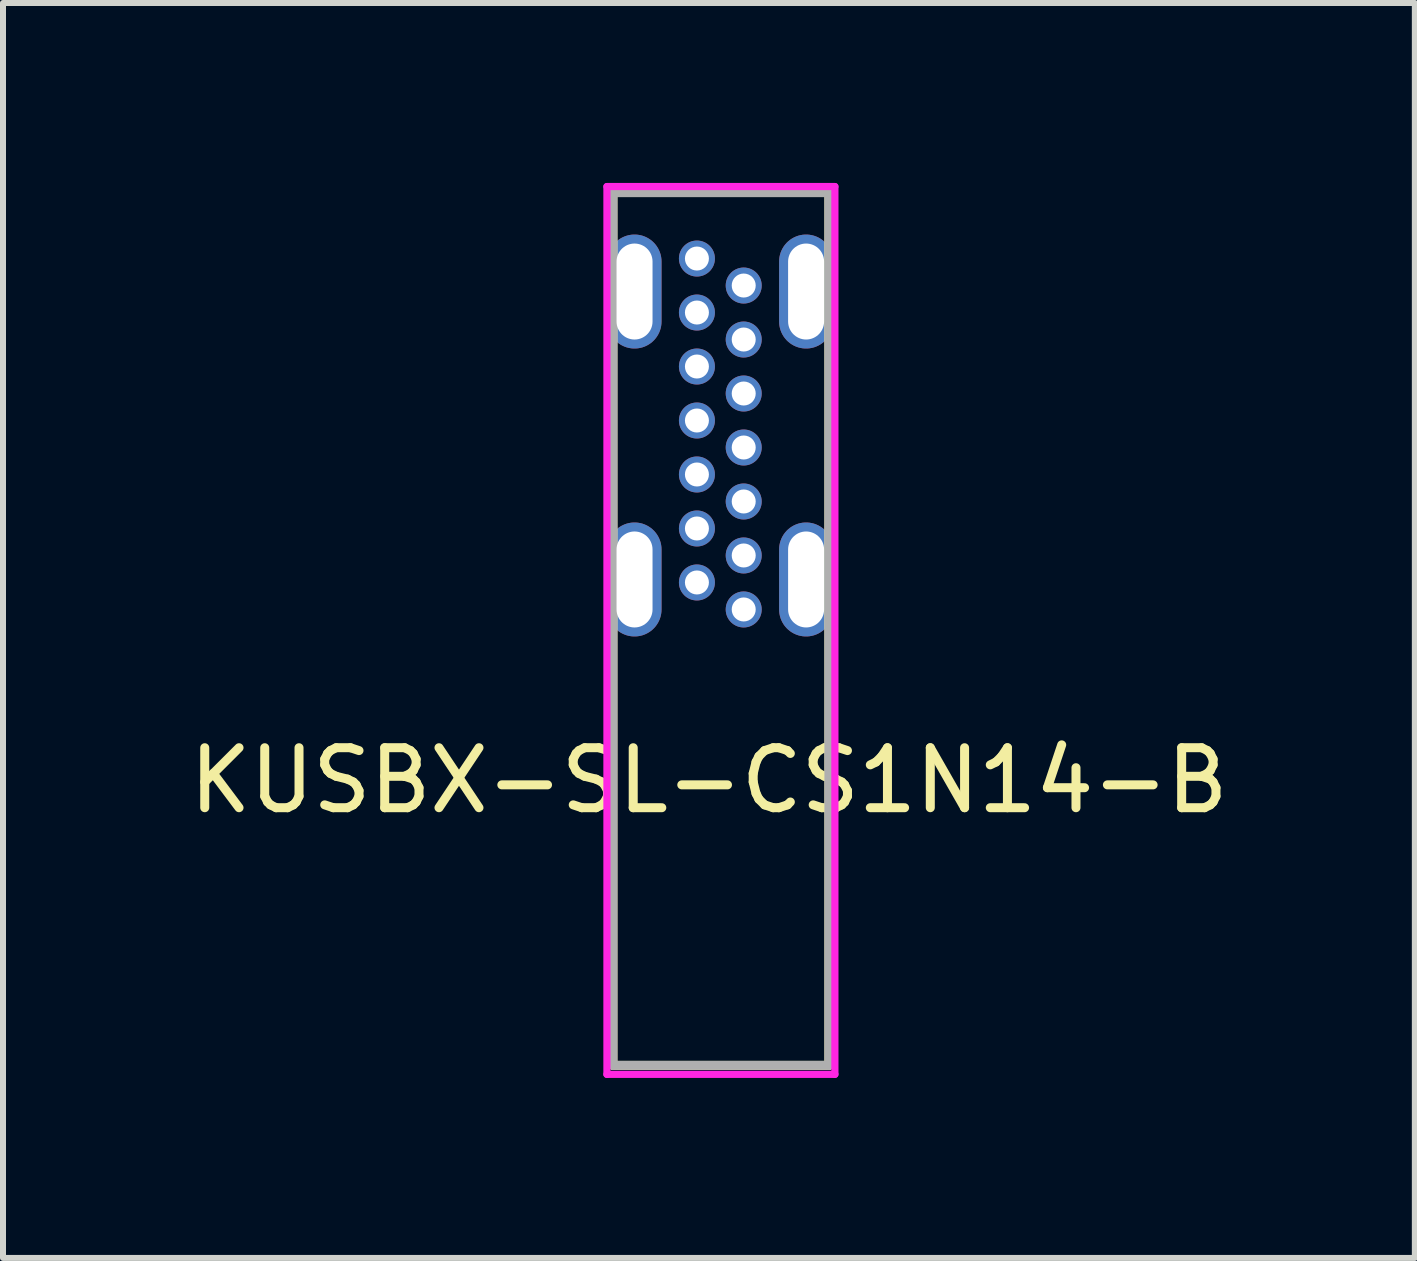
<source format=kicad_pcb>
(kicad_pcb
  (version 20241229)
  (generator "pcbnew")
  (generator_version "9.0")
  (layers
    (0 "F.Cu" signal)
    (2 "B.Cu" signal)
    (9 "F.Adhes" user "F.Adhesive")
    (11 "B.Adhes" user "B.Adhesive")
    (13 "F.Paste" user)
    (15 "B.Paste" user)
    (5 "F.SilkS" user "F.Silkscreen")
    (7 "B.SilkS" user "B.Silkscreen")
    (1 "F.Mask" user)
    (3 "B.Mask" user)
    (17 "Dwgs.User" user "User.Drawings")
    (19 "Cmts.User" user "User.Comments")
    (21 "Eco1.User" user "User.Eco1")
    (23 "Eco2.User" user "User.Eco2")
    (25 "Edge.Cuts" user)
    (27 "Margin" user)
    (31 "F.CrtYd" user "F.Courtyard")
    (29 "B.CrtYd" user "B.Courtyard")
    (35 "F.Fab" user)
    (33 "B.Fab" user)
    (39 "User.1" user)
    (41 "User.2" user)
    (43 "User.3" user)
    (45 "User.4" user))
  (footprint "KUSBX-SL-CS1N14-B"
    (layer "F.Cu")
    (at 8.568 6.66)
    (property "Reference" "KUSBX-SL-CS1N14-B" (at 0.2 3.3 0) (layer "F.SilkS") (effects (font (size 1 1) (thickness 0.15))))
    (attr through_hole)
    (fp_line (start -1.4 -6.5) (end -1.4 8.05) (stroke (width 0.15) (type solid)) (layer "F.SilkS"))
    (fp_line (start -1.4 -6.5) (end 2.2 -6.5) (stroke (width 0.15) (type solid)) (layer "F.SilkS"))
    (fp_line (start -1.4 8.05) (end 2.2 8.05) (stroke (width 0.15) (type solid)) (layer "F.SilkS"))
    (fp_line (start 2.2 -6.5) (end 2.2 8.05) (stroke (width 0.15) (type solid)) (layer "F.SilkS"))
    (fp_line (start -1.5 -6.6) (end 2.3 -6.6) (stroke (width 0.12) (type solid)) (layer "F.CrtYd"))
    (fp_line (start -1.5 8.2) (end -1.5 -6.6) (stroke (width 0.12) (type solid)) (layer "F.CrtYd"))
    (fp_line (start 2.3 -6.6) (end 2.3 8.2) (stroke (width 0.12) (type solid)) (layer "F.CrtYd"))
    (fp_line (start 2.3 8.2) (end -1.5 8.2) (stroke (width 0.12) (type solid)) (layer "F.CrtYd"))
    (fp_line (start -1.4 -6.5) (end -1.4 8.05) (stroke (width 0.15) (type solid)) (layer "F.Fab"))
    (fp_line (start -1.4 -6.5) (end 2.2 -6.5) (stroke (width 0.15) (type solid)) (layer "F.Fab"))
    (fp_line (start -1.4 8.05) (end 2.2 8.05) (stroke (width 0.15) (type solid)) (layer "F.Fab"))
    (fp_line (start 2.2 -6.5) (end 2.2 8.05) (stroke (width 0.15) (type solid)) (layer "F.Fab"))
    (pad "A1" thru_hole circle (at 0 0) (size 0.6 0.6) (drill 0.4) (layers "*.Cu" "*.Mask"))
    (pad "A4" thru_hole circle (at 0 -0.9) (size 0.6 0.6) (drill 0.4) (layers "*.Cu" "*.Mask"))
    (pad "A5" thru_hole circle (at 0 -1.8) (size 0.6 0.6) (drill 0.4) (layers "*.Cu" "*.Mask"))
    (pad "A6" thru_hole circle (at 0 -2.7) (size 0.6 0.6) (drill 0.4) (layers "*.Cu" "*.Mask"))
    (pad "A7" thru_hole circle (at 0 -3.6) (size 0.6 0.6) (drill 0.4) (layers "*.Cu" "*.Mask"))
    (pad "A9" thru_hole circle (at 0 -4.5) (size 0.6 0.6) (drill 0.4) (layers "*.Cu" "*.Mask"))
    (pad "A12" thru_hole circle (at 0 -5.4) (size 0.6 0.6) (drill 0.4) (layers "*.Cu" "*.Mask"))
    (pad "B1" thru_hole circle (at 0.78 -4.95) (size 0.6 0.6) (drill 0.4) (layers "*.Cu" "*.Mask"))
    (pad "B4" thru_hole circle (at 0.78 -4.05) (size 0.6 0.6) (drill 0.4) (layers "*.Cu" "*.Mask"))
    (pad "B5" thru_hole circle (at 0.78 -3.15) (size 0.6 0.6) (drill 0.4) (layers "*.Cu" "*.Mask"))
    (pad "B6" thru_hole circle (at 0.78 -2.25) (size 0.6 0.6) (drill 0.4) (layers "*.Cu" "*.Mask"))
    (pad "B7" thru_hole circle (at 0.78 -1.35) (size 0.6 0.6) (drill 0.4) (layers "*.Cu" "*.Mask"))
    (pad "B9" thru_hole circle (at 0.78 -0.45) (size 0.6 0.6) (drill 0.4) (layers "*.Cu" "*.Mask"))
    (pad "B12" thru_hole circle (at 0.78 0.45) (size 0.6 0.6) (drill 0.4) (layers "*.Cu" "*.Mask"))
    (pad "CASE" thru_hole oval (at -1.04 -4.85) (size 0.9 1.9) (drill oval 0.6 1.6) (layers "*.Cu" "*.Mask"))
    (pad "CASE" thru_hole oval (at -1.04 -0.05) (size 0.9 1.9) (drill oval 0.6 1.6) (layers "*.Cu" "*.Mask"))
    (pad "CASE" thru_hole oval (at 1.82 -4.85) (size 0.9 1.9) (drill oval 0.6 1.6) (layers "*.Cu" "*.Mask"))
    (pad "CASE" thru_hole oval (at 1.82 -0.05) (size 0.9 1.9) (drill oval 0.6 1.6) (layers "*.Cu" "*.Mask")))
  (gr_rect
    (start -3 -3)
    (end 20.536 17.92)
    (stroke (width 0.1) (type default))
    (fill no)
    (layer "Edge.Cuts")))
</source>
